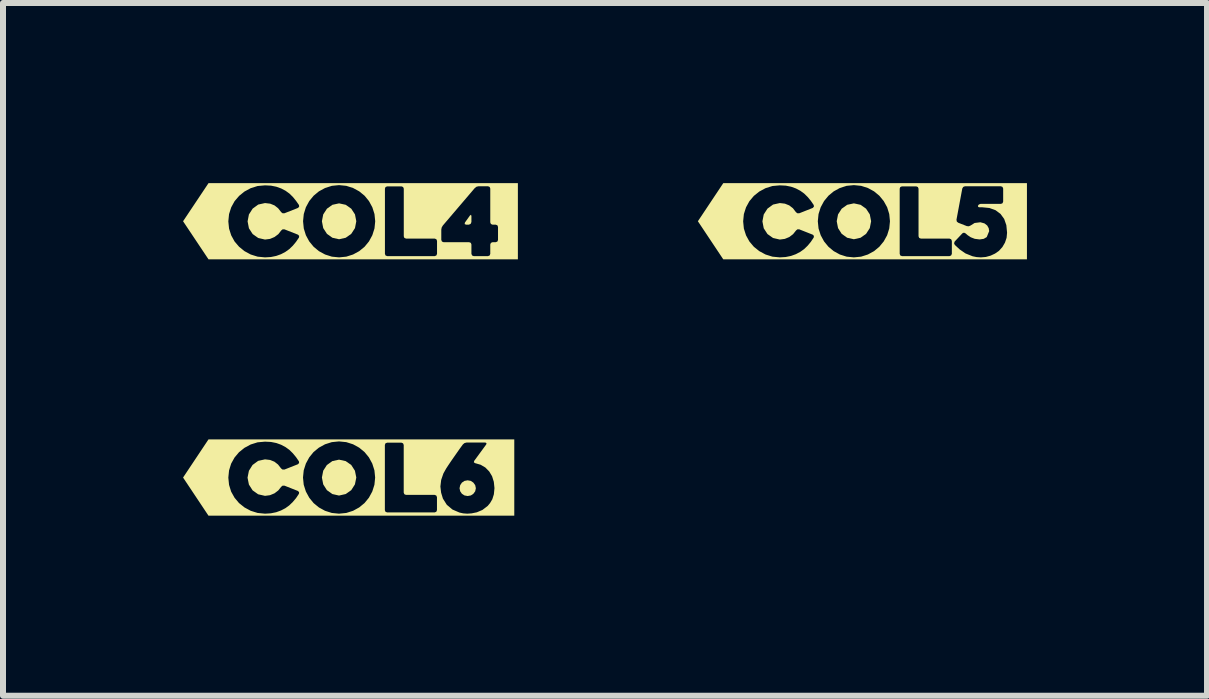
<source format=kicad_pcb>
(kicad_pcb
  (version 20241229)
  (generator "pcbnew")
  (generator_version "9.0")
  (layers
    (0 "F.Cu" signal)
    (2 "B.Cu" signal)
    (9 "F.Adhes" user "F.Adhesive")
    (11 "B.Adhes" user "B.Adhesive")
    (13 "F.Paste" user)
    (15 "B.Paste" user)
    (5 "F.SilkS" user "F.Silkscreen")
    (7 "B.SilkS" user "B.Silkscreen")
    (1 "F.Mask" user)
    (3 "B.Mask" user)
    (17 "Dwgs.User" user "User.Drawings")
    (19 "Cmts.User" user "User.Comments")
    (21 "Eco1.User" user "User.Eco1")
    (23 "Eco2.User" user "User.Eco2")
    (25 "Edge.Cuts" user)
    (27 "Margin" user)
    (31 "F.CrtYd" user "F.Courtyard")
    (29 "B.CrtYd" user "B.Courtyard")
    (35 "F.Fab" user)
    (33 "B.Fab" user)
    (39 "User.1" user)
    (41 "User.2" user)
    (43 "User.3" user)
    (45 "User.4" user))
  (footprint "kibuzzard-63106E52"
    (layer "F.Cu")
    (at 2.789 0.636)
    (property "Reference" "kibuzzard-63106E52" (at 0 -0.635 0) (layer "F.SilkS") (effects (font (size 0.001 0.001) (thickness 0.000003))))
    (attr board_only exclude_from_pos_files exclude_from_bom)
    (fp_poly (pts (xy 1.99 -0.095) (xy 1.907 0.021) (xy 1.902 0.047) (xy 1.926 0.057) (xy 1.972 0.057) (xy 2.002 0.044) (xy 2.015 0.013) (xy 2.015 -0.087) (xy 2.008 -0.108) (xy 1.99 -0.095)) (stroke (width 0) (type solid)) (fill yes) (layer "F.SilkS"))
    (fp_poly (pts (xy -0.476 0) (xy -0.454 0.114) (xy -0.392 0.21) (xy -0.301 0.275) (xy -0.19 0.3) (xy -0.079 0.275) (xy 0.013 0.21) (xy 0.075 0.114) (xy 0.097 0) (xy 0.075 -0.114) (xy 0.013 -0.209) (xy -0.079 -0.274) (xy -0.19 -0.298) (xy -0.301 -0.274) (xy -0.392 -0.209) (xy -0.454 -0.114) (xy -0.476 0)) (stroke (width 0) (type solid)) (fill yes) (layer "F.SilkS"))
    (fp_poly (pts (xy -2.035 -0.635) (xy -1.856 -0.422) (xy -1.766 -0.495) (xy -1.662 -0.551) (xy -1.547 -0.587) (xy -1.424 -0.598) (xy -1.324 -0.593) (xy -1.235 -0.575) (xy -1.154 -0.546) (xy -1.082 -0.508) (xy -1.017 -0.461) (xy -0.959 -0.404) (xy -0.907 -0.34) (xy -0.858 -0.27) (xy -0.855 -0.243) (xy -0.874 -0.222) (xy -1.1 -0.133) (xy -1.131 -0.133) (xy -1.155 -0.152) (xy -1.206 -0.217) (xy -1.266 -0.264) (xy -1.338 -0.293) (xy -1.424 -0.303) (xy -1.537 -0.278) (xy -1.63 -0.21) (xy -1.692 -0.113) (xy -0.79 0) (xy -0.778 -0.12) (xy -0.743 -0.233) (xy -0.687 -0.336) (xy -0.614 -0.425) (xy -0.526 -0.498) (xy -0.423 -0.554) (xy -0.31 -0.59) (xy -0.19 -0.602) (xy -0.07 -0.59) (xy 0.043 -0.554) (xy 0.146 -0.498) (xy 0.235 -0.425) (xy 0.308 -0.336) (xy 0.364 -0.233) (xy 0.4 -0.12) (xy 0.412 0) (xy 0.4 0.12) (xy 0.364 0.233) (xy 0.574 0.543) (xy 0.574 -0.543) (xy 0.584 -0.57) (xy 0.612 -0.581) (xy 0.85 -0.581) (xy 0.877 -0.57) (xy 0.888 -0.543) (xy 0.888 0.251) (xy 0.898 0.278) (xy 0.926 0.289) (xy 1.404 0.289) (xy 1.431 0.3) (xy 1.442 0.327) (xy 1.442 0.543) (xy 1.431 0.57) (xy 1.404 0.581) (xy 0.612 0.581) (xy 0.584 0.57) (xy 0.574 0.543) (xy 0.364 0.233) (xy 0.308 0.336) (xy 0.235 0.425) (xy 0.146 0.498) (xy 0.043 0.554) (xy -0.07 0.59) (xy -0.19 0.602) (xy -0.31 0.59) (xy -0.423 0.554) (xy -0.526 0.498) (xy -0.614 0.425) (xy -0.687 0.336) (xy -0.743 0.233) (xy -0.778 0.12) (xy -0.79 0) (xy -1.692 -0.113) (xy -1.714 0.002) (xy -1.692 0.117) (xy -1.63 0.213) (xy -1.537 0.279) (xy -1.424 0.305) (xy -1.34 0.294) (xy -1.266 0.263) (xy -1.202 0.215) (xy -1.154 0.154) (xy -1.131 0.135) (xy -1.1 0.135) (xy -0.874 0.224) (xy -0.855 0.244) (xy -0.858 0.271) (xy -0.907 0.343) (xy -0.96 0.407) (xy -1.019 0.464) (xy -1.085 0.511) (xy -1.157 0.549) (xy -1.238 0.578) (xy -1.326 0.596) (xy -1.424 0.602) (xy -1.547 0.59) (xy -1.662 0.554) (xy -1.766 0.498) (xy -1.856 0.425) (xy -1.931 0.337) (xy -1.987 0.235) (xy -2.023 0.122) (xy -2.035 0.002) (xy -2.023 -0.119) (xy -1.987 -0.232) (xy -1.931 -0.334) (xy -1.856 -0.422) (xy -2.035 -0.635) (xy -2.365 -0.635) (xy -2.789 0) (xy -2.365 0.635) (xy -2.035 0.635) (xy 2.458 0.635) (xy 2.458 0.311) (xy 2.448 0.338) (xy 2.42 0.349) (xy 2.367 0.349) (xy 2.34 0.36) (xy 2.329 0.387) (xy 2.329 0.543) (xy 2.319 0.57) (xy 2.291 0.581) (xy 2.053 0.581) (xy 2.026 0.57) (xy 2.015 0.543) (xy 2.015 0.387) (xy 2.005 0.36) (xy 1.977 0.349) (xy 1.551 0.349) (xy 1.524 0.338) (xy 1.513 0.311) (xy 1.513 0.138) (xy 1.52 0.103) (xy 1.539 0.071) (xy 2.072 -0.554) (xy 2.1 -0.575) (xy 2.134 -0.583) (xy 2.291 -0.583) (xy 2.319 -0.572) (xy 2.329 -0.545) (xy 2.329 0.019) (xy 2.34 0.046) (xy 2.367 0.057) (xy 2.42 0.057) (xy 2.448 0.068) (xy 2.458 0.095) (xy 2.458 0.311) (xy 2.458 0.635) (xy 2.789 0.635) (xy 2.789 -0.635) (xy 2.458 -0.635) (xy -2.035 -0.635)) (stroke (width 0) (type solid)) (fill yes) (layer "F.SilkS")))
  (footprint "kibuzzard-63106E63"
    (layer "F.Cu")
    (at 11.318 0.636)
    (property "Reference" "kibuzzard-63106E63" (at 0 -0.635 0) (layer "F.SilkS") (effects (font (size 0.001 0.001) (thickness 0.000003))))
    (attr board_only exclude_from_pos_files exclude_from_bom)
    (fp_poly (pts (xy -0.428 0) (xy -0.406 0.114) (xy -0.345 0.21) (xy -0.254 0.275) (xy -0.142 0.3) (xy -0.031 0.275) (xy 0.061 0.21) (xy 0.123 0.114) (xy 0.145 0) (xy 0.123 -0.114) (xy 0.061 -0.209) (xy -0.031 -0.274) (xy -0.142 -0.298) (xy -0.254 -0.274) (xy -0.345 -0.209) (xy -0.406 -0.114) (xy -0.428 0)) (stroke (width 0) (type solid)) (fill yes) (layer "F.SilkS"))
    (fp_poly (pts (xy -1.987 -0.635) (xy -1.809 -0.422) (xy -1.718 -0.495) (xy -1.614 -0.551) (xy -1.499 -0.587) (xy -1.376 -0.598) (xy -1.276 -0.593) (xy -1.187 -0.575) (xy -1.107 -0.546) (xy -1.035 -0.508) (xy -0.97 -0.461) (xy -0.912 -0.404) (xy -0.859 -0.34) (xy -0.811 -0.27) (xy -0.808 -0.243) (xy -0.827 -0.222) (xy -1.052 -0.133) (xy -1.084 -0.133) (xy -1.108 -0.152) (xy -1.158 -0.217) (xy -1.219 -0.264) (xy -1.291 -0.293) (xy -1.376 -0.303) (xy -1.489 -0.278) (xy -1.582 -0.21) (xy -1.644 -0.113) (xy -0.743 0) (xy -0.731 -0.12) (xy -0.695 -0.233) (xy -0.639 -0.336) (xy -0.566 -0.425) (xy -0.478 -0.498) (xy -0.376 -0.554) (xy -0.263 -0.59) (xy -0.142 -0.602) (xy -0.022 -0.59) (xy 0.091 -0.554) (xy 0.194 -0.498) (xy 0.282 -0.425) (xy 0.355 -0.336) (xy 0.412 -0.233) (xy 0.447 -0.12) (xy 0.459 0) (xy 0.447 0.12) (xy 0.412 0.233) (xy 0.621 0.543) (xy 0.621 -0.543) (xy 0.631 -0.57) (xy 0.659 -0.581) (xy 0.897 -0.581) (xy 0.924 -0.57) (xy 0.935 -0.543) (xy 0.935 0.251) (xy 0.946 0.278) (xy 0.974 0.289) (xy 1.451 0.289) (xy 1.478 0.3) (xy 1.49 0.327) (xy 1.49 0.543) (xy 1.478 0.57) (xy 1.451 0.581) (xy 0.659 0.581) (xy 0.631 0.57) (xy 0.621 0.543) (xy 0.412 0.233) (xy 0.355 0.336) (xy 0.282 0.425) (xy 0.194 0.498) (xy 0.091 0.554) (xy -0.022 0.59) (xy -0.142 0.602) (xy -0.263 0.59) (xy -0.376 0.554) (xy -0.478 0.498) (xy -0.566 0.425) (xy -0.639 0.336) (xy -0.695 0.233) (xy -0.731 0.12) (xy -0.743 0) (xy -1.644 -0.113) (xy -1.666 0.002) (xy -1.644 0.117) (xy -1.582 0.213) (xy -1.489 0.279) (xy -1.376 0.305) (xy -1.293 0.294) (xy -1.218 0.263) (xy -1.155 0.215) (xy -1.106 0.154) (xy -1.083 0.135) (xy -1.052 0.135) (xy -0.827 0.224) (xy -0.808 0.244) (xy -0.811 0.271) (xy -0.859 0.343) (xy -0.912 0.407) (xy -0.971 0.464) (xy -1.037 0.511) (xy -1.11 0.549) (xy -1.19 0.578) (xy -1.279 0.596) (xy -1.376 0.602) (xy -1.499 0.59) (xy -1.614 0.554) (xy -1.718 0.498) (xy -1.809 0.425) (xy -1.883 0.337) (xy -1.939 0.235) (xy -1.975 0.122) (xy -1.987 0.002) (xy -1.975 -0.119) (xy -1.939 -0.232) (xy -1.883 -0.334) (xy -1.809 -0.422) (xy -1.987 -0.635) (xy -2.318 -0.635) (xy -2.741 0) (xy -2.318 0.635) (xy -1.987 0.635) (xy 2.41 0.635) (xy 2.274 0.494) (xy 2.209 0.539) (xy 2.136 0.573) (xy 2.056 0.595) (xy 1.974 0.602) (xy 1.901 0.597) (xy 1.834 0.583) (xy 1.717 0.536) (xy 1.62 0.469) (xy 1.539 0.394) (xy 1.527 0.367) (xy 1.537 0.338) (xy 1.667 0.2) (xy 1.692 0.19) (xy 1.718 0.202) (xy 1.754 0.233) (xy 1.805 0.267) (xy 1.872 0.293) (xy 1.953 0.303) (xy 2.021 0.293) (xy 2.071 0.264) (xy 2.112 0.164) (xy 2.104 0.116) (xy 2.079 0.071) (xy 2.034 0.036) (xy 1.966 0.017) (xy 1.869 0.029) (xy 1.804 0.07) (xy 1.773 0.084) (xy 1.74 0.081) (xy 1.597 0.025) (xy 1.573 0.006) (xy 1.567 -0.025) (xy 1.664 -0.546) (xy 1.68 -0.572) (xy 1.709 -0.583) (xy 2.307 -0.583) (xy 2.334 -0.572) (xy 2.345 -0.545) (xy 2.345 -0.327) (xy 2.334 -0.3) (xy 2.307 -0.289) (xy 1.967 -0.289) (xy 1.94 -0.279) (xy 1.924 -0.257) (xy 1.93 -0.237) (xy 1.955 -0.232) (xy 1.975 -0.233) (xy 1.993 -0.233) (xy 2.115 -0.221) (xy 2.218 -0.184) (xy 2.301 -0.122) (xy 2.362 -0.038) (xy 2.398 0.066) (xy 2.41 0.191) (xy 2.402 0.276) (xy 2.375 0.356) (xy 2.332 0.43) (xy 2.274 0.494) (xy 2.41 0.635) (xy 2.741 0.635) (xy 2.741 -0.635) (xy 2.41 -0.635) (xy -1.987 -0.635)) (stroke (width 0) (type solid)) (fill yes) (layer "F.SilkS")))
  (footprint "kibuzzard-63106E71"
    (layer "F.Cu")
    (at 2.759 4.906)
    (property "Reference" "kibuzzard-63106E71" (at 0 -0.635 0) (layer "F.SilkS") (effects (font (size 0.001 0.001) (thickness 0.000003))))
    (attr board_only exclude_from_pos_files exclude_from_bom)
    (fp_poly (pts (xy -0.446 0) (xy -0.424 0.114) (xy -0.363 0.21) (xy -0.272 0.275) (xy -0.161 0.3) (xy -0.05 0.275) (xy 0.043 0.21) (xy 0.104 0.114) (xy 0.127 0) (xy 0.104 -0.114) (xy 0.043 -0.209) (xy -0.05 -0.274) (xy -0.161 -0.298) (xy -0.272 -0.274) (xy -0.363 -0.209) (xy -0.424 -0.114) (xy -0.446 0)) (stroke (width 0) (type solid)) (fill yes) (layer "F.SilkS"))
    (fp_poly (pts (xy 2.119 0.178) (xy 2.108 0.127) (xy 2.078 0.085) (xy 2.036 0.056) (xy 1.982 0.046) (xy 1.929 0.056) (xy 1.886 0.085) (xy 1.858 0.127) (xy 1.847 0.178) (xy 1.858 0.229) (xy 1.886 0.27) (xy 1.929 0.298) (xy 1.982 0.308) (xy 2.036 0.298) (xy 2.078 0.27) (xy 2.108 0.229) (xy 2.119 0.178)) (stroke (width 0) (type solid)) (fill yes) (layer "F.SilkS"))
    (fp_poly (pts (xy -2.005 -0.635) (xy -1.827 -0.422) (xy -1.736 -0.495) (xy -1.632 -0.551) (xy -1.517 -0.587) (xy -1.394 -0.598) (xy -1.295 -0.593) (xy -1.205 -0.575) (xy -1.125 -0.546) (xy -1.053 -0.508) (xy -0.988 -0.461) (xy -0.93 -0.404) (xy -0.877 -0.34) (xy -0.829 -0.27) (xy -0.826 -0.243) (xy -0.845 -0.222) (xy -1.07 -0.133) (xy -1.102 -0.133) (xy -1.126 -0.152) (xy -1.177 -0.217) (xy -1.237 -0.264) (xy -1.309 -0.293) (xy -1.394 -0.303) (xy -1.508 -0.278) (xy -1.601 -0.21) (xy -1.662 -0.113) (xy -0.761 0) (xy -0.749 -0.12) (xy -0.713 -0.233) (xy -0.657 -0.336) (xy -0.585 -0.425) (xy -0.496 -0.498) (xy -0.394 -0.554) (xy -0.281 -0.59) (xy -0.161 -0.602) (xy -0.04 -0.59) (xy 0.073 -0.554) (xy 0.175 -0.498) (xy 0.264 -0.425) (xy 0.337 -0.336) (xy 0.393 -0.233) (xy 0.429 -0.12) (xy 0.441 0) (xy 0.429 0.12) (xy 0.393 0.233) (xy 0.603 0.543) (xy 0.603 -0.543) (xy 0.613 -0.57) (xy 0.641 -0.581) (xy 0.879 -0.581) (xy 0.906 -0.57) (xy 0.917 -0.543) (xy 0.917 0.251) (xy 0.928 0.278) (xy 0.955 0.289) (xy 1.433 0.289) (xy 1.46 0.3) (xy 1.471 0.327) (xy 1.471 0.543) (xy 1.46 0.57) (xy 1.433 0.581) (xy 0.641 0.581) (xy 0.613 0.57) (xy 0.603 0.543) (xy 0.393 0.233) (xy 0.337 0.336) (xy 0.264 0.425) (xy 0.175 0.498) (xy 0.073 0.554) (xy -0.04 0.59) (xy -0.161 0.602) (xy -0.281 0.59) (xy -0.394 0.554) (xy -0.496 0.498) (xy -0.585 0.425) (xy -0.657 0.336) (xy -0.713 0.233) (xy -0.749 0.12) (xy -0.761 0) (xy -1.662 -0.113) (xy -1.685 0.002) (xy -1.662 0.117) (xy -1.601 0.213) (xy -1.508 0.279) (xy -1.394 0.305) (xy -1.311 0.294) (xy -1.236 0.263) (xy -1.173 0.215) (xy -1.124 0.154) (xy -1.101 0.135) (xy -1.07 0.135) (xy -0.845 0.224) (xy -0.826 0.244) (xy -0.829 0.271) (xy -0.877 0.343) (xy -0.931 0.407) (xy -0.99 0.464) (xy -1.055 0.511) (xy -1.128 0.549) (xy -1.208 0.578) (xy -1.297 0.596) (xy -1.394 0.602) (xy -1.517 0.59) (xy -1.632 0.554) (xy -1.736 0.498) (xy -1.827 0.425) (xy -1.901 0.337) (xy -1.958 0.235) (xy -1.993 0.122) (xy -2.005 0.002) (xy -1.993 -0.119) (xy -1.958 -0.232) (xy -1.901 -0.334) (xy -1.827 -0.422) (xy -2.005 -0.635) (xy -2.336 -0.635) (xy -2.759 0) (xy -2.336 0.635) (xy -2.005 0.635) (xy 2.429 0.635) (xy 2.355 0.426) (xy 2.316 0.473) (xy 2.228 0.54) (xy 2.136 0.579) (xy 2.048 0.597) (xy 1.976 0.602) (xy 1.909 0.597) (xy 1.845 0.583) (xy 1.729 0.533) (xy 1.635 0.454) (xy 1.57 0.351) (xy 1.54 0.252) (xy 1.528 0.149) (xy 1.541 0.04) (xy 1.578 -0.068) (xy 1.624 -0.15) (xy 1.662 -0.208) (xy 1.705 -0.272) (xy 1.753 -0.341) (xy 1.804 -0.414) (xy 1.854 -0.485) (xy 1.903 -0.552) (xy 1.929 -0.574) (xy 1.963 -0.583) (xy 2.276 -0.583) (xy 2.296 -0.574) (xy 2.292 -0.552) (xy 2.09 -0.276) (xy 2.086 -0.253) (xy 2.106 -0.24) (xy 2.199 -0.213) (xy 2.277 -0.167) (xy 2.341 -0.102) (xy 2.389 -0.022) (xy 2.418 0.071) (xy 2.429 0.176) (xy 2.419 0.279) (xy 2.393 0.362) (xy 2.355 0.426) (xy 2.429 0.635) (xy 2.759 0.635) (xy 2.759 -0.635) (xy 2.429 -0.635) (xy -2.005 -0.635)) (stroke (width 0) (type solid)) (fill yes) (layer "F.SilkS")))
  (gr_rect
    (start -3 -3)
    (end 17.059 8.541)
    (stroke (width 0.1) (type default))
    (fill no)
    (layer "Edge.Cuts")))
</source>
